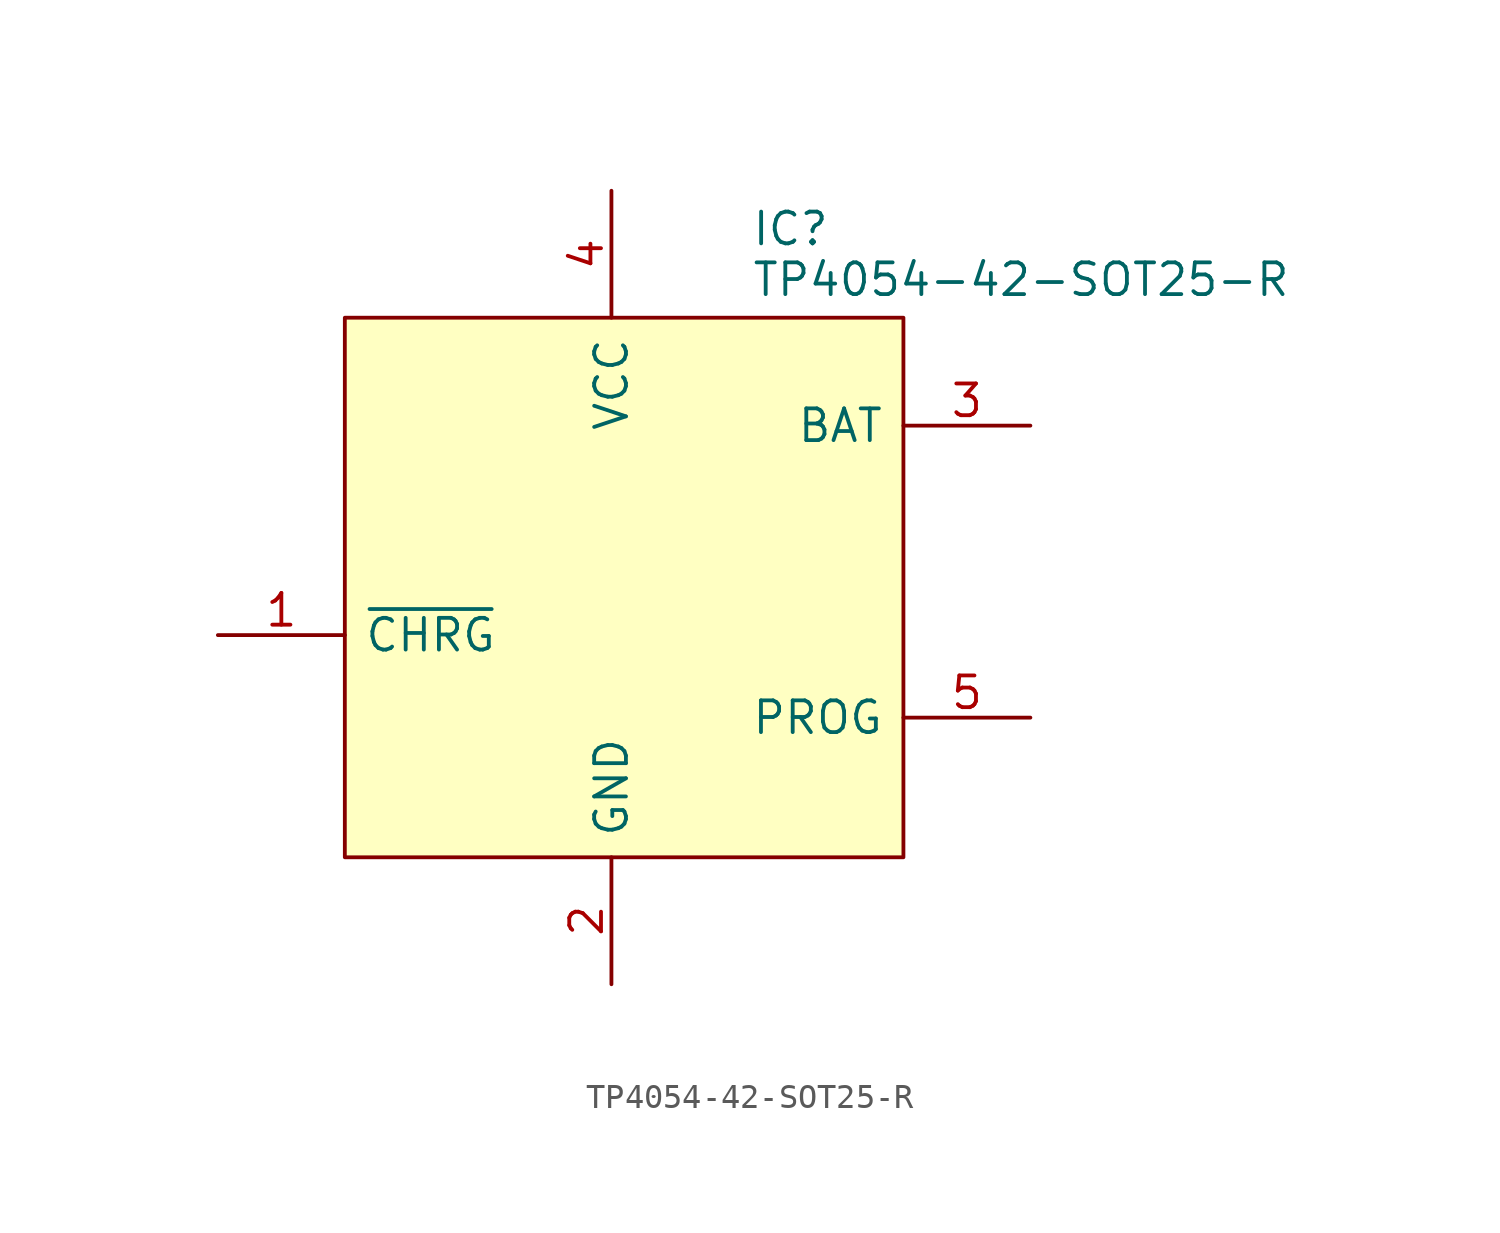
<source format=kicad_sym>
(kicad_symbol_lib
  (version 20211014)
  (generator kicad_symbol_editor)
  (symbol "TP4054-42-SOT25-R"
    (pin_names
      (offset 0.762))
    (property "Reference" "IC"
      (at 5.334 14.224 0)
      (effects (font (size 1.27 1.27)) (justify left)))
    (property "Value" "TP4054-42-SOT25-R"
      (at 5.334 12.192 0)
      (effects (font (size 1.27 1.27)) (justify left)))
    (symbol "TP4054-42-SOT25-R_0_0"
      (pin passive line (at -16.002 -2.032 0) (length 5.08) (name "~{CHRG}" (effects (font (size 1.27 1.27)))) (number "1" (effects (font (size 1.27 1.27)))))
      (pin passive line (at -0.254 -16.002 90) (length 5.08) (name "GND" (effects (font (size 1.27 1.27)))) (number "2" (effects (font (size 1.27 1.27)))))
      (pin passive line (at 16.51 6.35 180) (length 5.08) (name "BAT" (effects (font (size 1.27 1.27)))) (number "3" (effects (font (size 1.27 1.27)))))
      (pin passive line (at -0.254 15.748 270) (length 5.08) (name "VCC" (effects (font (size 1.27 1.27)))) (number "4" (effects (font (size 1.27 1.27)))))
      (pin passive line (at 16.51 -5.334 180) (length 5.08) (name "PROG" (effects (font (size 1.27 1.27)))) (number "5" (effects (font (size 1.27 1.27))))))
    (symbol "TP4054-42-SOT25-R_0_1"
      (rectangle (start -10.922 10.668) (end 11.43 -10.922) (stroke (width 0) (type default) (color 0 0 0 0)) (fill (type background))))))
</source>
